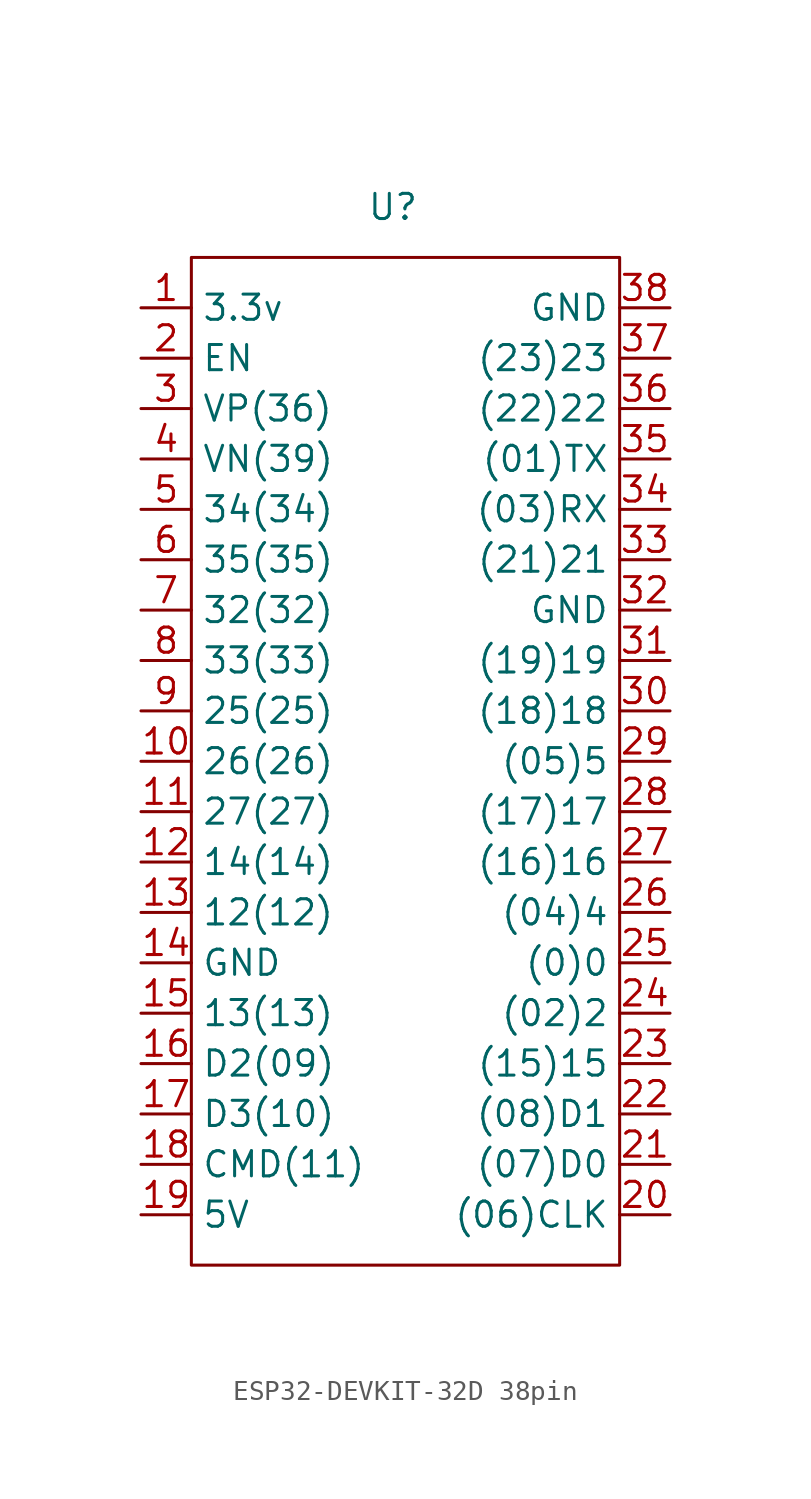
<source format=kicad_sym>
(kicad_symbol_lib
  (version 20241209)
  (generator "kicad_symbol_editor")
  (generator_version "9.0")
  (symbol "ESP32-DEVKIT-32D 38pin"
    (property "Reference" "U"
      (at 0 19.05 0)
      (effects (font (size 1.27 1.27))))
    (property "Value" ""
      (at -3.81 0 0)
      (effects (font (size 1.27 1.27))))
    (symbol "ESP32-DEVKIT-32D 38pin_0_1"
      (rectangle (start -10.16 16.51) (end 11.43 -34.29) (stroke (width 0) (type default)) (fill (type none))))
    (symbol "ESP32-DEVKIT-32D 38pin_1_1"
      (pin bidirectional line (at -12.7 13.97 0) (length 2.54) (name "3.3v" (effects (font (size 1.27 1.27)))) (number "1" (effects (font (size 1.27 1.27)))))
      (pin input line (at -12.7 11.43 0) (length 2.54) (name "EN" (effects (font (size 1.27 1.27)))) (number "2" (effects (font (size 1.27 1.27)))))
      (pin input line (at -12.7 8.89 0) (length 2.54) (name "VP(36)" (effects (font (size 1.27 1.27)))) (number "3" (effects (font (size 1.27 1.27)))))
      (pin input line (at -12.7 6.35 0) (length 2.54) (name "VN(39)" (effects (font (size 1.27 1.27)))) (number "4" (effects (font (size 1.27 1.27)))))
      (pin input line (at -12.7 3.81 0) (length 2.54) (name "34(34)" (effects (font (size 1.27 1.27)))) (number "5" (effects (font (size 1.27 1.27)))))
      (pin input line (at -12.7 1.27 0) (length 2.54) (name "35(35)" (effects (font (size 1.27 1.27)))) (number "6" (effects (font (size 1.27 1.27)))))
      (pin bidirectional line (at -12.7 -1.27 0) (length 2.54) (name "32(32)" (effects (font (size 1.27 1.27)))) (number "7" (effects (font (size 1.27 1.27)))))
      (pin bidirectional line (at -12.7 -3.81 0) (length 2.54) (name "33(33)" (effects (font (size 1.27 1.27)))) (number "8" (effects (font (size 1.27 1.27)))))
      (pin bidirectional line (at -12.7 -6.35 0) (length 2.54) (name "25(25)" (effects (font (size 1.27 1.27)))) (number "9" (effects (font (size 1.27 1.27)))))
      (pin bidirectional line (at -12.7 -8.89 0) (length 2.54) (name "26(26)" (effects (font (size 1.27 1.27)))) (number "10" (effects (font (size 1.27 1.27)))))
      (pin bidirectional line (at -12.7 -11.43 0) (length 2.54) (name "27(27)" (effects (font (size 1.27 1.27)))) (number "11" (effects (font (size 1.27 1.27)))))
      (pin bidirectional line (at -12.7 -13.97 0) (length 2.54) (name "14(14)" (effects (font (size 1.27 1.27)))) (number "12" (effects (font (size 1.27 1.27)))))
      (pin bidirectional line (at -12.7 -16.51 0) (length 2.54) (name "12(12)" (effects (font (size 1.27 1.27)))) (number "13" (effects (font (size 1.27 1.27)))))
      (pin bidirectional line (at -12.7 -19.05 0) (length 2.54) (name "GND" (effects (font (size 1.27 1.27)))) (number "14" (effects (font (size 1.27 1.27)))))
      (pin bidirectional line (at -12.7 -21.59 0) (length 2.54) (name "13(13)" (effects (font (size 1.27 1.27)))) (number "15" (effects (font (size 1.27 1.27)))))
      (pin bidirectional line (at -12.7 -24.13 0) (length 2.54) (name "D2(09)" (effects (font (size 1.27 1.27)))) (number "16" (effects (font (size 1.27 1.27)))))
      (pin bidirectional line (at -12.7 -26.67 0) (length 2.54) (name "D3(10)" (effects (font (size 1.27 1.27)))) (number "17" (effects (font (size 1.27 1.27)))))
      (pin bidirectional line (at -12.7 -29.21 0) (length 2.54) (name "CMD(11)" (effects (font (size 1.27 1.27)))) (number "18" (effects (font (size 1.27 1.27)))))
      (pin bidirectional line (at -12.7 -31.75 0) (length 2.54) (name "5V" (effects (font (size 1.27 1.27)))) (number "19" (effects (font (size 1.27 1.27)))))
      (pin bidirectional line (at 13.97 13.97 180) (length 2.54) (name "GND" (effects (font (size 1.27 1.27)))) (number "38" (effects (font (size 1.27 1.27)))))
      (pin bidirectional line (at 13.97 11.43 180) (length 2.54) (name "(23)23" (effects (font (size 1.27 1.27)))) (number "37" (effects (font (size 1.27 1.27)))))
      (pin bidirectional line (at 13.97 8.89 180) (length 2.54) (name "(22)22" (effects (font (size 1.27 1.27)))) (number "36" (effects (font (size 1.27 1.27)))))
      (pin bidirectional line (at 13.97 6.35 180) (length 2.54) (name "(01)TX" (effects (font (size 1.27 1.27)))) (number "35" (effects (font (size 1.27 1.27)))))
      (pin bidirectional line (at 13.97 3.81 180) (length 2.54) (name "(03)RX" (effects (font (size 1.27 1.27)))) (number "34" (effects (font (size 1.27 1.27)))))
      (pin bidirectional line (at 13.97 1.27 180) (length 2.54) (name "(21)21" (effects (font (size 1.27 1.27)))) (number "33" (effects (font (size 1.27 1.27)))))
      (pin bidirectional line (at 13.97 -1.27 180) (length 2.54) (name "GND" (effects (font (size 1.27 1.27)))) (number "32" (effects (font (size 1.27 1.27)))))
      (pin bidirectional line (at 13.97 -3.81 180) (length 2.54) (name "(19)19" (effects (font (size 1.27 1.27)))) (number "31" (effects (font (size 1.27 1.27)))))
      (pin bidirectional line (at 13.97 -6.35 180) (length 2.54) (name "(18)18" (effects (font (size 1.27 1.27)))) (number "30" (effects (font (size 1.27 1.27)))))
      (pin bidirectional line (at 13.97 -8.89 180) (length 2.54) (name "(05)5" (effects (font (size 1.27 1.27)))) (number "29" (effects (font (size 1.27 1.27)))))
      (pin bidirectional line (at 13.97 -11.43 180) (length 2.54) (name "(17)17" (effects (font (size 1.27 1.27)))) (number "28" (effects (font (size 1.27 1.27)))))
      (pin bidirectional line (at 13.97 -13.97 180) (length 2.54) (name "(16)16" (effects (font (size 1.27 1.27)))) (number "27" (effects (font (size 1.27 1.27)))))
      (pin bidirectional line (at 13.97 -16.51 180) (length 2.54) (name "(04)4" (effects (font (size 1.27 1.27)))) (number "26" (effects (font (size 1.27 1.27)))))
      (pin bidirectional line (at 13.97 -19.05 180) (length 2.54) (name "(0)0" (effects (font (size 1.27 1.27)))) (number "25" (effects (font (size 1.27 1.27)))))
      (pin bidirectional line (at 13.97 -21.59 180) (length 2.54) (name "(02)2" (effects (font (size 1.27 1.27)))) (number "24" (effects (font (size 1.27 1.27)))))
      (pin bidirectional line (at 13.97 -24.13 180) (length 2.54) (name "(15)15" (effects (font (size 1.27 1.27)))) (number "23" (effects (font (size 1.27 1.27)))))
      (pin bidirectional line (at 13.97 -26.67 180) (length 2.54) (name "(08)D1" (effects (font (size 1.27 1.27)))) (number "22" (effects (font (size 1.27 1.27)))))
      (pin bidirectional line (at 13.97 -29.21 180) (length 2.54) (name "(07)D0" (effects (font (size 1.27 1.27)))) (number "21" (effects (font (size 1.27 1.27)))))
      (pin bidirectional line (at 13.97 -31.75 180) (length 2.54) (name "(06)CLK" (effects (font (size 1.27 1.27)))) (number "20" (effects (font (size 1.27 1.27))))))))
</source>
